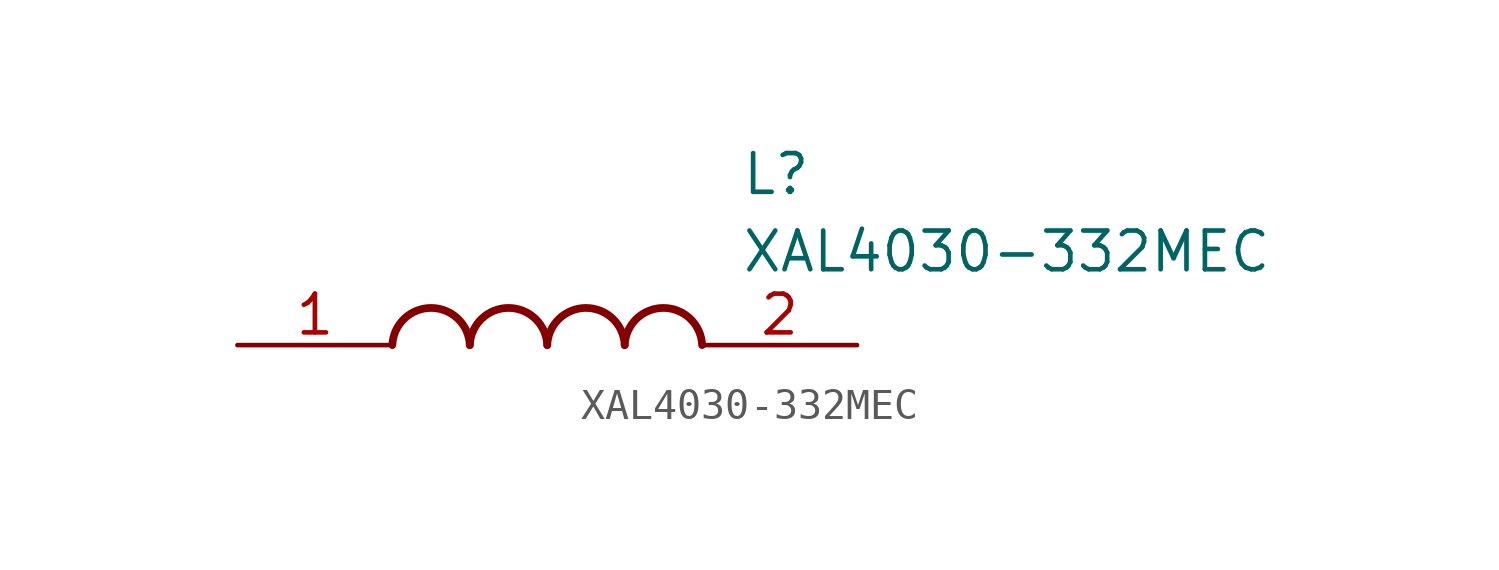
<source format=kicad_sym>
(kicad_symbol_lib
  (version 20211014)
  (generator SamacSys_ECAD_Model)
  (symbol "XAL4030-332MEC"
    (pin_names hide)
    (property "Reference" "L"
      (at 16.51 6.35 0)
      (effects (font (size 1.27 1.27)) (justify left top)))
    (property "Value" "XAL4030-332MEC"
      (at 16.51 3.81 0)
      (effects (font (size 1.27 1.27)) (justify left top)))
    (arc
      (start 7.62 0)
      (mid 6.35 1.219)
      (end 5.08 0)
      (stroke (width 0.254) (type default))
      (fill (type none)))
    (arc
      (start 10.16 0)
      (mid 8.89 1.219)
      (end 7.62 0)
      (stroke (width 0.254) (type default))
      (fill (type none)))
    (arc
      (start 12.7 0)
      (mid 11.43 1.219)
      (end 10.16 0)
      (stroke (width 0.254) (type default))
      (fill (type none)))
    (arc
      (start 15.24 0)
      (mid 13.97 1.219)
      (end 12.7 0)
      (stroke (width 0.254) (type default))
      (fill (type none)))
    (pin passive line
      (at 0 0 0)
      (length 5.08)
      (name "1" (effects (font (size 1.27 1.27))))
      (number "1" (effects (font (size 1.27 1.27)))))
    (pin passive line
      (at 20.32 0 180)
      (length 5.08)
      (name "2" (effects (font (size 1.27 1.27))))
      (number "2" (effects (font (size 1.27 1.27)))))))
</source>
